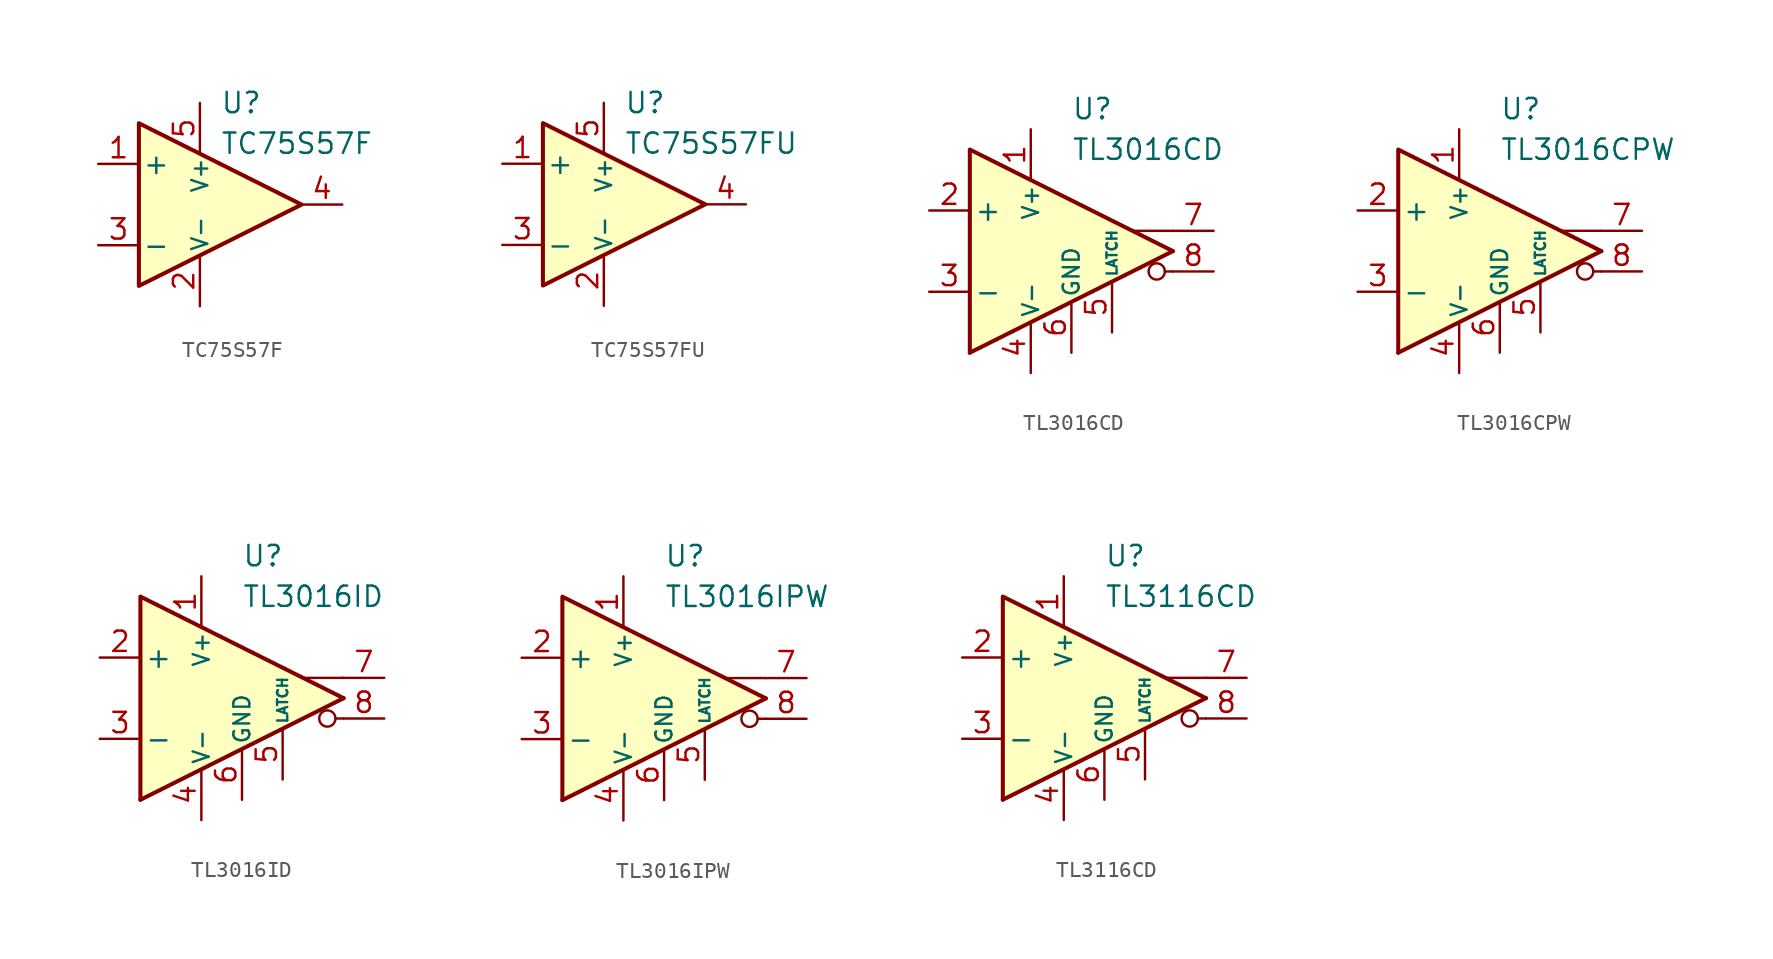
<source format=kicad_sym>
(kicad_symbol_lib
  (version 20231120)
  (generator "kicad_symbol_editor")
  (generator_version "8.0")
  (symbol "TC75S57F"
    (pin_names
      (offset 0.2))
    (property "Reference" "U"
      (at 1.27 6.35 0)
      (effects (font (size 1.27 1.27)) (justify left)))
    (property "Value" "TC75S57F"
      (at 1.27 3.81 0)
      (effects (font (size 1.27 1.27)) (justify left)))
    (symbol "TC75S57F_0_1"
      (polyline (pts (xy -3.81 5.08) (xy -3.81 -5.08) (xy 6.35 0) (xy -3.81 5.08)) (stroke (width 0.254) (type default)) (fill (type background))))
    (symbol "TC75S57F_1_1"
      (pin input line (at -6.35 2.54 0) (length 2.54) (name "+" (effects (font (size 1.27 1.27)))) (number "1" (effects (font (size 1.27 1.27)))))
      (pin power_in line (at 0 -6.35 90) (length 3.18) (name "V-" (effects (font (size 1 1)))) (number "2" (effects (font (size 1.27 1.27)))))
      (pin input line (at -6.35 -2.54 0) (length 2.54) (name "-" (effects (font (size 1.27 1.27)))) (number "3" (effects (font (size 1.27 1.27)))))
      (pin output line (at 8.89 0 180) (length 2.54) (name "~" (effects (font (size 1.27 1.27)))) (number "4" (effects (font (size 1.27 1.27)))))
      (pin power_in line (at 0 6.35 270) (length 3.18) (name "V+" (effects (font (size 1 1)))) (number "5" (effects (font (size 1.27 1.27)))))))
  (symbol "TC75S57FU"
    (pin_names
      (offset 0.2))
    (property "Reference" "U"
      (at 1.27 6.35 0)
      (effects (font (size 1.27 1.27)) (justify left)))
    (property "Value" "TC75S57FU"
      (at 1.27 3.81 0)
      (effects (font (size 1.27 1.27)) (justify left)))
    (symbol "TC75S57FU_0_1"
      (polyline (pts (xy -3.81 5.08) (xy -3.81 -5.08) (xy 6.35 0) (xy -3.81 5.08)) (stroke (width 0.254) (type default)) (fill (type background))))
    (symbol "TC75S57FU_1_1"
      (pin input line (at -6.35 2.54 0) (length 2.54) (name "+" (effects (font (size 1.27 1.27)))) (number "1" (effects (font (size 1.27 1.27)))))
      (pin power_in line (at 0 -6.35 90) (length 3.18) (name "V-" (effects (font (size 1 1)))) (number "2" (effects (font (size 1.27 1.27)))))
      (pin input line (at -6.35 -2.54 0) (length 2.54) (name "-" (effects (font (size 1.27 1.27)))) (number "3" (effects (font (size 1.27 1.27)))))
      (pin output line (at 8.89 0 180) (length 2.54) (name "~" (effects (font (size 1.27 1.27)))) (number "4" (effects (font (size 1.27 1.27)))))
      (pin power_in line (at 0 6.35 270) (length 3.18) (name "V+" (effects (font (size 1 1)))) (number "5" (effects (font (size 1.27 1.27)))))))
  (symbol "TL3016CD"
    (pin_names
      (offset 0.254))
    (property "Reference" "U"
      (at 0 8.89 0)
      (effects (font (size 1.27 1.27)) (justify left)))
    (property "Value" "TL3016CD"
      (at 0 6.35 0)
      (effects (font (size 1.27 1.27)) (justify left)))
    (symbol "TL3016CD_0_0"
      (polyline (pts (xy 6.35 -1.27) (xy 5.842 -1.27)) (stroke (width 0.152) (type default)) (fill (type none)))
      (polyline (pts (xy 6.35 0) (xy -6.35 -6.35)) (stroke (width 0.254) (type default)) (fill (type none)))
      (polyline (pts (xy 6.35 1.27) (xy 3.81 1.27)) (stroke (width 0.152) (type default)) (fill (type none)))
      (polyline (pts (xy 6.35 0) (xy -6.35 6.35) (xy -6.35 -6.35)) (stroke (width 0.254) (type default)) (fill (type background)))
      (circle (center 5.334 -1.27) (radius 0.508) (stroke (width 0.152) (type default)) (fill (type none))))
    (symbol "TL3016CD_1_1"
      (pin power_in line (at -2.54 7.62 270) (length 3.18) (name "V+" (effects (font (size 1 1)))) (number "1" (effects (font (size 1.27 1.27)))))
      (pin input line (at -8.89 2.54 0) (length 2.54) (name "+" (effects (font (size 1.27 1.27)))) (number "2" (effects (font (size 1.27 1.27)))))
      (pin input line (at -8.89 -2.54 0) (length 2.54) (name "-" (effects (font (size 1.27 1.27)))) (number "3" (effects (font (size 1.27 1.27)))))
      (pin power_in line (at -2.54 -7.62 90) (length 3.18) (name "V-" (effects (font (size 1 1)))) (number "4" (effects (font (size 1.27 1.27)))))
      (pin input line (at 2.54 -5.08 90) (length 3.18) (name "LATCH" (effects (font (size 0.635 0.635)))) (number "5" (effects (font (size 1.27 1.27)))))
      (pin power_in line (at 0 -6.35 90) (length 3.18) (name "GND" (effects (font (size 1 1)))) (number "6" (effects (font (size 1.27 1.27)))))
      (pin output line (at 8.89 1.27 180) (length 2.54) (name "~" (effects (font (size 1.27 1.27)))) (number "7" (effects (font (size 1.27 1.27)))))
      (pin output line (at 8.89 -1.27 180) (length 2.54) (name "~" (effects (font (size 1.27 1.27)))) (number "8" (effects (font (size 1.27 1.27)))))))
  (symbol "TL3016CPW"
    (pin_names
      (offset 0.254))
    (property "Reference" "U"
      (at 0 8.89 0)
      (effects (font (size 1.27 1.27)) (justify left)))
    (property "Value" "TL3016CPW"
      (at 0 6.35 0)
      (effects (font (size 1.27 1.27)) (justify left)))
    (symbol "TL3016CPW_0_0"
      (polyline (pts (xy 6.35 -1.27) (xy 5.842 -1.27)) (stroke (width 0.152) (type default)) (fill (type none)))
      (polyline (pts (xy 6.35 0) (xy -6.35 -6.35)) (stroke (width 0.254) (type default)) (fill (type none)))
      (polyline (pts (xy 6.35 1.27) (xy 3.81 1.27)) (stroke (width 0.152) (type default)) (fill (type none)))
      (polyline (pts (xy 6.35 0) (xy -6.35 6.35) (xy -6.35 -6.35)) (stroke (width 0.254) (type default)) (fill (type background)))
      (circle (center 5.334 -1.27) (radius 0.508) (stroke (width 0.152) (type default)) (fill (type none))))
    (symbol "TL3016CPW_1_1"
      (pin power_in line (at -2.54 7.62 270) (length 3.18) (name "V+" (effects (font (size 1 1)))) (number "1" (effects (font (size 1.27 1.27)))))
      (pin input line (at -8.89 2.54 0) (length 2.54) (name "+" (effects (font (size 1.27 1.27)))) (number "2" (effects (font (size 1.27 1.27)))))
      (pin input line (at -8.89 -2.54 0) (length 2.54) (name "-" (effects (font (size 1.27 1.27)))) (number "3" (effects (font (size 1.27 1.27)))))
      (pin power_in line (at -2.54 -7.62 90) (length 3.18) (name "V-" (effects (font (size 1 1)))) (number "4" (effects (font (size 1.27 1.27)))))
      (pin input line (at 2.54 -5.08 90) (length 3.18) (name "LATCH" (effects (font (size 0.635 0.635)))) (number "5" (effects (font (size 1.27 1.27)))))
      (pin power_in line (at 0 -6.35 90) (length 3.18) (name "GND" (effects (font (size 1 1)))) (number "6" (effects (font (size 1.27 1.27)))))
      (pin output line (at 8.89 1.27 180) (length 2.54) (name "~" (effects (font (size 1.27 1.27)))) (number "7" (effects (font (size 1.27 1.27)))))
      (pin output line (at 8.89 -1.27 180) (length 2.54) (name "~" (effects (font (size 1.27 1.27)))) (number "8" (effects (font (size 1.27 1.27)))))))
  (symbol "TL3016ID"
    (pin_names
      (offset 0.254))
    (property "Reference" "U"
      (at 0 8.89 0)
      (effects (font (size 1.27 1.27)) (justify left)))
    (property "Value" "TL3016ID"
      (at 0 6.35 0)
      (effects (font (size 1.27 1.27)) (justify left)))
    (symbol "TL3016ID_0_0"
      (polyline (pts (xy 6.35 -1.27) (xy 5.842 -1.27)) (stroke (width 0.152) (type default)) (fill (type none)))
      (polyline (pts (xy 6.35 0) (xy -6.35 -6.35)) (stroke (width 0.254) (type default)) (fill (type none)))
      (polyline (pts (xy 6.35 1.27) (xy 3.81 1.27)) (stroke (width 0.152) (type default)) (fill (type none)))
      (polyline (pts (xy 6.35 0) (xy -6.35 6.35) (xy -6.35 -6.35)) (stroke (width 0.254) (type default)) (fill (type background)))
      (circle (center 5.334 -1.27) (radius 0.508) (stroke (width 0.152) (type default)) (fill (type none))))
    (symbol "TL3016ID_1_1"
      (pin power_in line (at -2.54 7.62 270) (length 3.18) (name "V+" (effects (font (size 1 1)))) (number "1" (effects (font (size 1.27 1.27)))))
      (pin input line (at -8.89 2.54 0) (length 2.54) (name "+" (effects (font (size 1.27 1.27)))) (number "2" (effects (font (size 1.27 1.27)))))
      (pin input line (at -8.89 -2.54 0) (length 2.54) (name "-" (effects (font (size 1.27 1.27)))) (number "3" (effects (font (size 1.27 1.27)))))
      (pin power_in line (at -2.54 -7.62 90) (length 3.18) (name "V-" (effects (font (size 1 1)))) (number "4" (effects (font (size 1.27 1.27)))))
      (pin input line (at 2.54 -5.08 90) (length 3.18) (name "LATCH" (effects (font (size 0.635 0.635)))) (number "5" (effects (font (size 1.27 1.27)))))
      (pin power_in line (at 0 -6.35 90) (length 3.18) (name "GND" (effects (font (size 1 1)))) (number "6" (effects (font (size 1.27 1.27)))))
      (pin output line (at 8.89 1.27 180) (length 2.54) (name "~" (effects (font (size 1.27 1.27)))) (number "7" (effects (font (size 1.27 1.27)))))
      (pin output line (at 8.89 -1.27 180) (length 2.54) (name "~" (effects (font (size 1.27 1.27)))) (number "8" (effects (font (size 1.27 1.27)))))))
  (symbol "TL3016IPW"
    (pin_names
      (offset 0.254))
    (property "Reference" "U"
      (at 0 8.89 0)
      (effects (font (size 1.27 1.27)) (justify left)))
    (property "Value" "TL3016IPW"
      (at 0 6.35 0)
      (effects (font (size 1.27 1.27)) (justify left)))
    (symbol "TL3016IPW_0_0"
      (polyline (pts (xy 6.35 -1.27) (xy 5.842 -1.27)) (stroke (width 0.152) (type default)) (fill (type none)))
      (polyline (pts (xy 6.35 0) (xy -6.35 -6.35)) (stroke (width 0.254) (type default)) (fill (type none)))
      (polyline (pts (xy 6.35 1.27) (xy 3.81 1.27)) (stroke (width 0.152) (type default)) (fill (type none)))
      (polyline (pts (xy 6.35 0) (xy -6.35 6.35) (xy -6.35 -6.35)) (stroke (width 0.254) (type default)) (fill (type background)))
      (circle (center 5.334 -1.27) (radius 0.508) (stroke (width 0.152) (type default)) (fill (type none))))
    (symbol "TL3016IPW_1_1"
      (pin power_in line (at -2.54 7.62 270) (length 3.18) (name "V+" (effects (font (size 1 1)))) (number "1" (effects (font (size 1.27 1.27)))))
      (pin input line (at -8.89 2.54 0) (length 2.54) (name "+" (effects (font (size 1.27 1.27)))) (number "2" (effects (font (size 1.27 1.27)))))
      (pin input line (at -8.89 -2.54 0) (length 2.54) (name "-" (effects (font (size 1.27 1.27)))) (number "3" (effects (font (size 1.27 1.27)))))
      (pin power_in line (at -2.54 -7.62 90) (length 3.18) (name "V-" (effects (font (size 1 1)))) (number "4" (effects (font (size 1.27 1.27)))))
      (pin input line (at 2.54 -5.08 90) (length 3.18) (name "LATCH" (effects (font (size 0.635 0.635)))) (number "5" (effects (font (size 1.27 1.27)))))
      (pin power_in line (at 0 -6.35 90) (length 3.18) (name "GND" (effects (font (size 1 1)))) (number "6" (effects (font (size 1.27 1.27)))))
      (pin output line (at 8.89 1.27 180) (length 2.54) (name "~" (effects (font (size 1.27 1.27)))) (number "7" (effects (font (size 1.27 1.27)))))
      (pin output line (at 8.89 -1.27 180) (length 2.54) (name "~" (effects (font (size 1.27 1.27)))) (number "8" (effects (font (size 1.27 1.27)))))))
  (symbol "TL3116CD"
    (pin_names
      (offset 0.254))
    (property "Reference" "U"
      (at 0 8.89 0)
      (effects (font (size 1.27 1.27)) (justify left)))
    (property "Value" "TL3116CD"
      (at 0 6.35 0)
      (effects (font (size 1.27 1.27)) (justify left)))
    (symbol "TL3116CD_0_0"
      (polyline (pts (xy 6.35 -1.27) (xy 5.842 -1.27)) (stroke (width 0.152) (type default)) (fill (type none)))
      (polyline (pts (xy 6.35 0) (xy -6.35 -6.35)) (stroke (width 0.254) (type default)) (fill (type none)))
      (polyline (pts (xy 6.35 1.27) (xy 3.81 1.27)) (stroke (width 0.152) (type default)) (fill (type none)))
      (polyline (pts (xy 6.35 0) (xy -6.35 6.35) (xy -6.35 -6.35)) (stroke (width 0.254) (type default)) (fill (type background)))
      (circle (center 5.334 -1.27) (radius 0.508) (stroke (width 0.152) (type default)) (fill (type none))))
    (symbol "TL3116CD_1_1"
      (pin power_in line (at -2.54 7.62 270) (length 3.18) (name "V+" (effects (font (size 1 1)))) (number "1" (effects (font (size 1.27 1.27)))))
      (pin input line (at -8.89 2.54 0) (length 2.54) (name "+" (effects (font (size 1.27 1.27)))) (number "2" (effects (font (size 1.27 1.27)))))
      (pin input line (at -8.89 -2.54 0) (length 2.54) (name "-" (effects (font (size 1.27 1.27)))) (number "3" (effects (font (size 1.27 1.27)))))
      (pin power_in line (at -2.54 -7.62 90) (length 3.18) (name "V-" (effects (font (size 1 1)))) (number "4" (effects (font (size 1.27 1.27)))))
      (pin input line (at 2.54 -5.08 90) (length 3.18) (name "LATCH" (effects (font (size 0.635 0.635)))) (number "5" (effects (font (size 1.27 1.27)))))
      (pin power_in line (at 0 -6.35 90) (length 3.18) (name "GND" (effects (font (size 1 1)))) (number "6" (effects (font (size 1.27 1.27)))))
      (pin output line (at 8.89 1.27 180) (length 2.54) (name "~" (effects (font (size 1.27 1.27)))) (number "7" (effects (font (size 1.27 1.27)))))
      (pin output line (at 8.89 -1.27 180) (length 2.54) (name "~" (effects (font (size 1.27 1.27)))) (number "8" (effects (font (size 1.27 1.27))))))))
</source>
